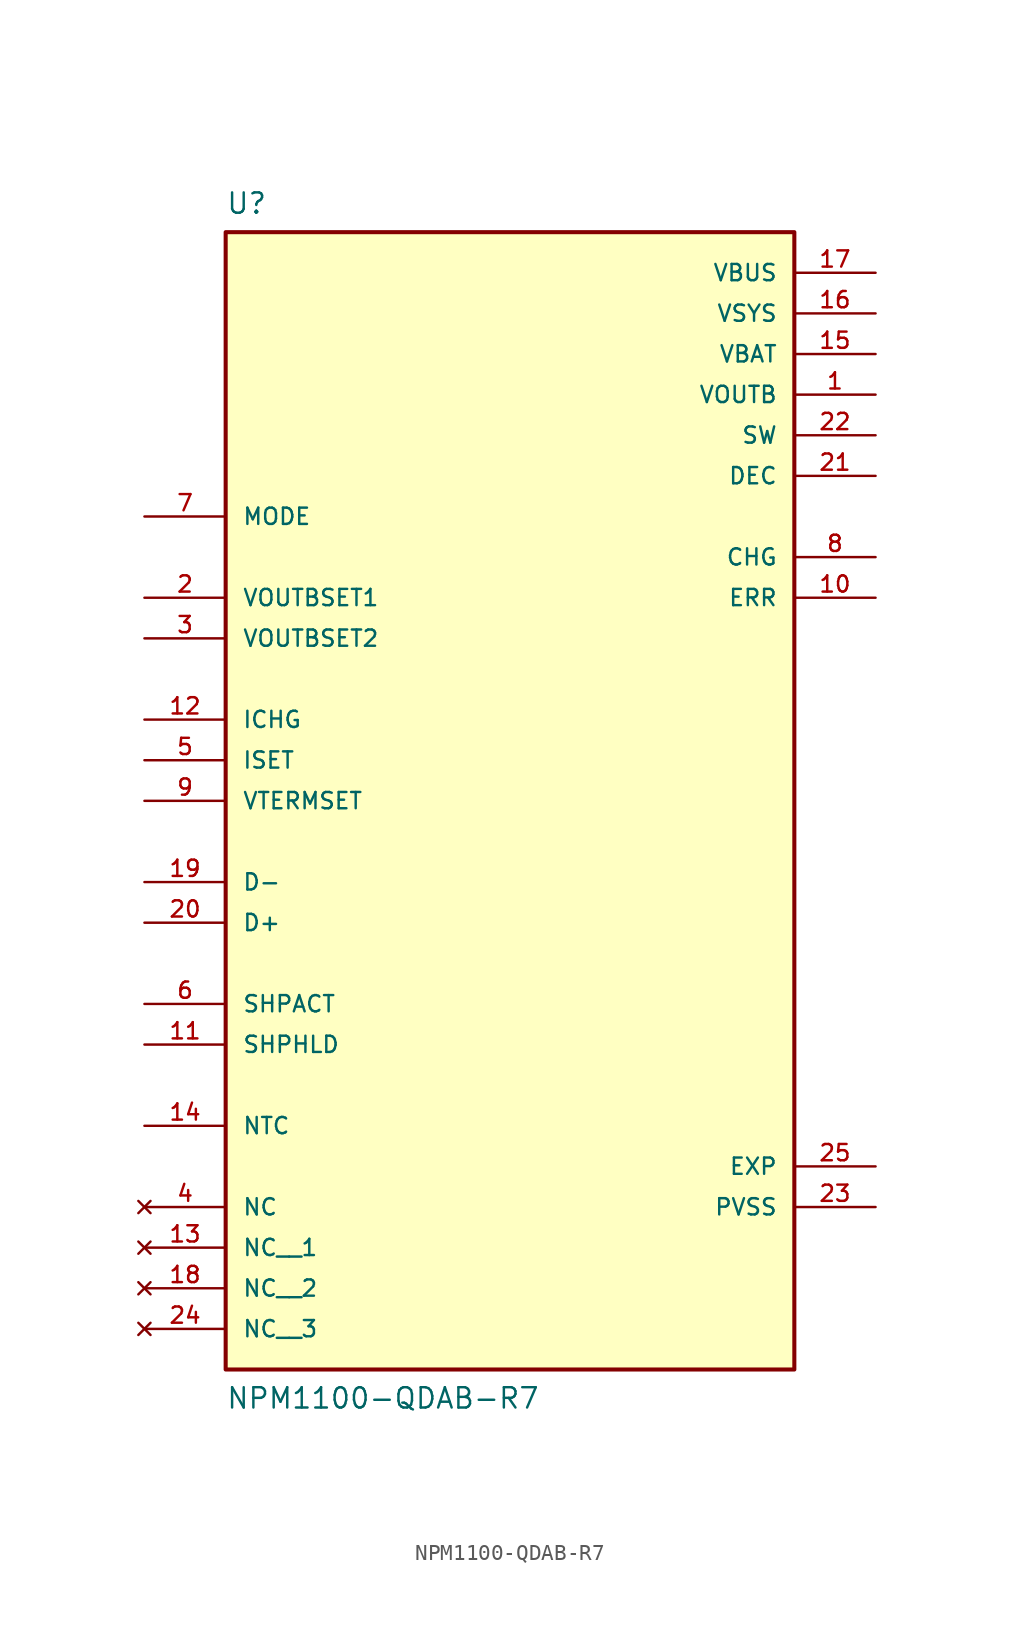
<source format=kicad_sym>
(kicad_symbol_lib
  (version 20211014)
  (generator kicad_symbol_editor)
  (symbol "NPM1100-QDAB-R7"
    (pin_names
      (offset 1.016))
    (property "Reference" "U"
      (at -17.78 35.56 0)
      (effects (font (size 1.27 1.27)) (justify top left)))
    (property "Value" "NPM1100-QDAB-R7"
      (at -17.78 -40.64 0)
      (effects (font (size 1.27 1.27)) (justify bottom left)))
    (symbol "NPM1100-QDAB-R7_0_0"
      (rectangle (start -17.78 -38.1) (end 17.78 33.02) (stroke (width 0.254)) (fill (type background)))
      (pin power_in line (at 22.86 22.86 180.0) (length 5.08) (name "VOUTB" (effects (font (size 1.016 1.016)))) (number "1" (effects (font (size 1.016 1.016)))))
      (pin bidirectional line (at -22.86 10.16 0) (length 5.08) (name "VOUTBSET1" (effects (font (size 1.016 1.016)))) (number "2" (effects (font (size 1.016 1.016)))))
      (pin bidirectional line (at -22.86 7.62 0) (length 5.08) (name "VOUTBSET2" (effects (font (size 1.016 1.016)))) (number "3" (effects (font (size 1.016 1.016)))))
      (pin no_connect line (at -22.86 -27.94 0) (length 5.08) (name "NC" (effects (font (size 1.016 1.016)))) (number "4" (effects (font (size 1.016 1.016)))))
      (pin bidirectional line (at -22.86 0.0 0) (length 5.08) (name "ISET" (effects (font (size 1.016 1.016)))) (number "5" (effects (font (size 1.016 1.016)))))
      (pin bidirectional line (at -22.86 -15.24 0) (length 5.08) (name "SHPACT" (effects (font (size 1.016 1.016)))) (number "6" (effects (font (size 1.016 1.016)))))
      (pin bidirectional line (at -22.86 15.24 0) (length 5.08) (name "MODE" (effects (font (size 1.016 1.016)))) (number "7" (effects (font (size 1.016 1.016)))))
      (pin output line (at 22.86 12.7 180.0) (length 5.08) (name "CHG" (effects (font (size 1.016 1.016)))) (number "8" (effects (font (size 1.016 1.016)))))
      (pin bidirectional line (at -22.86 -2.54 0) (length 5.08) (name "VTERMSET" (effects (font (size 1.016 1.016)))) (number "9" (effects (font (size 1.016 1.016)))))
      (pin output line (at 22.86 10.16 180.0) (length 5.08) (name "ERR" (effects (font (size 1.016 1.016)))) (number "10" (effects (font (size 1.016 1.016)))))
      (pin bidirectional line (at -22.86 -17.78 0) (length 5.08) (name "SHPHLD" (effects (font (size 1.016 1.016)))) (number "11" (effects (font (size 1.016 1.016)))))
      (pin input line (at -22.86 2.54 0) (length 5.08) (name "ICHG" (effects (font (size 1.016 1.016)))) (number "12" (effects (font (size 1.016 1.016)))))
      (pin input line (at -22.86 -22.86 0) (length 5.08) (name "NTC" (effects (font (size 1.016 1.016)))) (number "14" (effects (font (size 1.016 1.016)))))
      (pin power_in line (at 22.86 25.4 180.0) (length 5.08) (name "VBAT" (effects (font (size 1.016 1.016)))) (number "15" (effects (font (size 1.016 1.016)))))
      (pin power_in line (at 22.86 27.94 180.0) (length 5.08) (name "VSYS" (effects (font (size 1.016 1.016)))) (number "16" (effects (font (size 1.016 1.016)))))
      (pin power_in line (at 22.86 30.48 180.0) (length 5.08) (name "VBUS" (effects (font (size 1.016 1.016)))) (number "17" (effects (font (size 1.016 1.016)))))
      (pin input line (at -22.86 -7.62 0) (length 5.08) (name "D-" (effects (font (size 1.016 1.016)))) (number "19" (effects (font (size 1.016 1.016)))))
      (pin input line (at -22.86 -10.16 0) (length 5.08) (name "D+" (effects (font (size 1.016 1.016)))) (number "20" (effects (font (size 1.016 1.016)))))
      (pin power_in line (at 22.86 17.78 180.0) (length 5.08) (name "DEC" (effects (font (size 1.016 1.016)))) (number "21" (effects (font (size 1.016 1.016)))))
      (pin power_in line (at 22.86 20.32 180.0) (length 5.08) (name "SW" (effects (font (size 1.016 1.016)))) (number "22" (effects (font (size 1.016 1.016)))))
      (pin power_in line (at 22.86 -27.94 180.0) (length 5.08) (name "PVSS" (effects (font (size 1.016 1.016)))) (number "23" (effects (font (size 1.016 1.016)))))
      (pin power_in line (at 22.86 -25.4 180.0) (length 5.08) (name "EXP" (effects (font (size 1.016 1.016)))) (number "25" (effects (font (size 1.016 1.016)))))
      (pin no_connect line (at -22.86 -30.48 0) (length 5.08) (name "NC__1" (effects (font (size 1.016 1.016)))) (number "13" (effects (font (size 1.016 1.016)))))
      (pin no_connect line (at -22.86 -33.02 0) (length 5.08) (name "NC__2" (effects (font (size 1.016 1.016)))) (number "18" (effects (font (size 1.016 1.016)))))
      (pin no_connect line (at -22.86 -35.56 0) (length 5.08) (name "NC__3" (effects (font (size 1.016 1.016)))) (number "24" (effects (font (size 1.016 1.016))))))))
</source>
